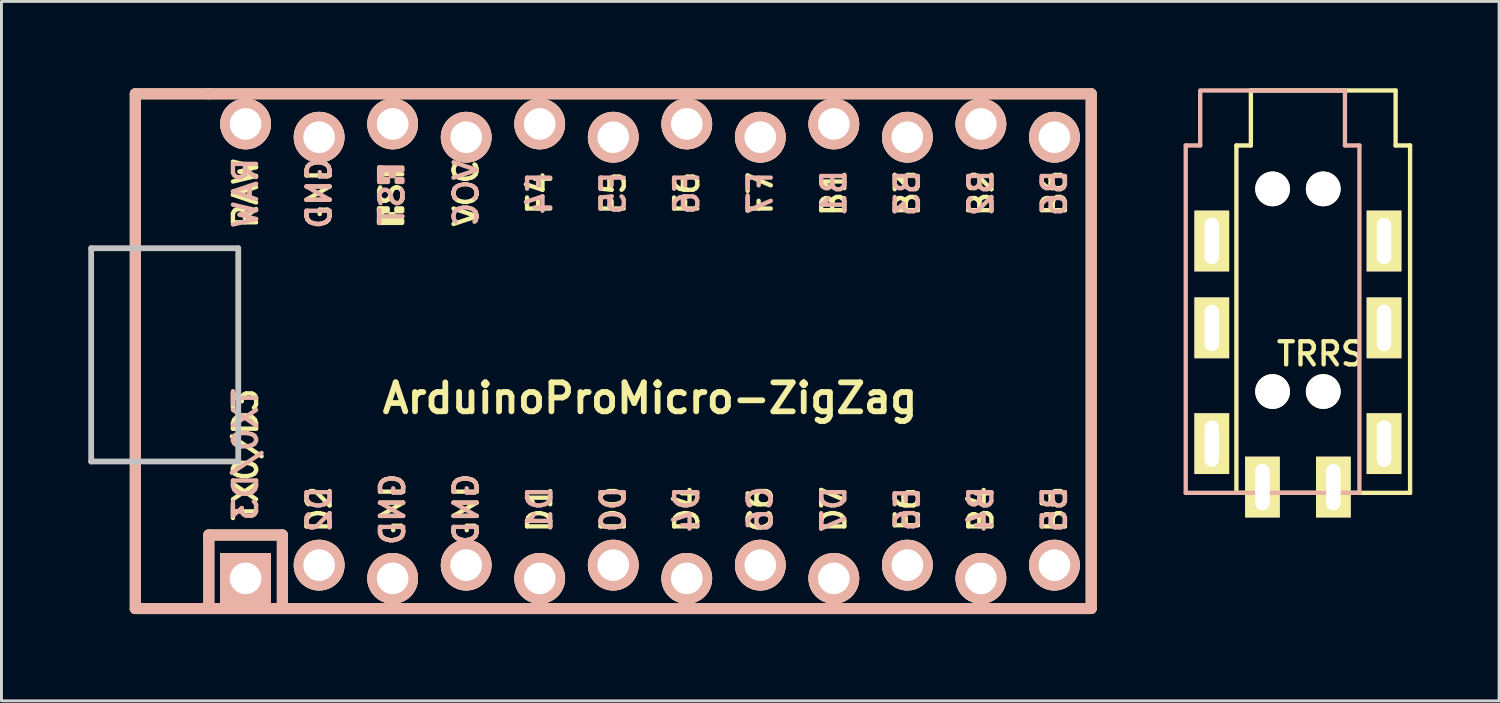
<source format=kicad_pcb>
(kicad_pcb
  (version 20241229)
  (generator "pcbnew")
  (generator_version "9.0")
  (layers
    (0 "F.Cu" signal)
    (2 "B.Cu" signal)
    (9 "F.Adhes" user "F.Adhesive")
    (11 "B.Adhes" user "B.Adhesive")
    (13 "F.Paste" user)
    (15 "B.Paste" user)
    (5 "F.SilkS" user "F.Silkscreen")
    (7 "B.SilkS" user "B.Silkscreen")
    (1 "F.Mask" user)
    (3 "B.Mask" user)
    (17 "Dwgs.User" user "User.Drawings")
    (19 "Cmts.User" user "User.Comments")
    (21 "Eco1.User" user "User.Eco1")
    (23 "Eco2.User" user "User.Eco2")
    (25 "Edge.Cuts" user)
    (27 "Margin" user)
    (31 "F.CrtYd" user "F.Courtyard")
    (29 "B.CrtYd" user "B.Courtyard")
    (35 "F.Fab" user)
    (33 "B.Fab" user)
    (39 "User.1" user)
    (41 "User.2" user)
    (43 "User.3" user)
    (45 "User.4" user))
  (footprint "ArduinoProMicro-ZigZag"
    (layer "F.Cu")
    (at 19.404 9.081)
    (property "Reference" "ArduinoProMicro-ZigZag" (at 0 1.625 0) (layer "F.SilkS") (effects (font (size 1 1) (thickness 0.2))))
    (attr through_hole)
    (fp_line (start -17.78 -8.89) (end -17.78 8.89) (stroke (width 0.381) (type solid)) (layer "F.SilkS"))
    (fp_line (start -17.78 8.89) (end -15.24 8.89) (stroke (width 0.381) (type solid)) (layer "F.SilkS"))
    (fp_line (start -15.24 -8.89) (end -17.78 -8.89) (stroke (width 0.381) (type solid)) (layer "F.SilkS"))
    (fp_line (start -15.24 6.35) (end -15.24 8.89) (stroke (width 0.381) (type solid)) (layer "F.SilkS"))
    (fp_line (start -15.24 6.35) (end -12.7 6.35) (stroke (width 0.381) (type solid)) (layer "F.SilkS"))
    (fp_line (start -15.24 8.89) (end 15.24 8.89) (stroke (width 0.381) (type solid)) (layer "F.SilkS"))
    (fp_line (start -12.7 6.35) (end -12.7 8.89) (stroke (width 0.381) (type solid)) (layer "F.SilkS"))
    (fp_line (start 15.24 -8.89) (end -15.24 -8.89) (stroke (width 0.381) (type solid)) (layer "F.SilkS"))
    (fp_line (start 15.24 8.89) (end 15.24 -8.89) (stroke (width 0.381) (type solid)) (layer "F.SilkS"))
    (fp_poly (pts (xy -9.361 -4.932) (xy -9.261 -4.932) (xy -9.261 -4.432) (xy -9.361 -4.432)) (stroke (width 0.15) (type solid)) (fill yes) (layer "F.SilkS"))
    (fp_poly (pts (xy -9.361 -4.932) (xy -9.061 -4.932) (xy -9.061 -4.832) (xy -9.361 -4.832)) (stroke (width 0.15) (type solid)) (fill yes) (layer "F.SilkS"))
    (fp_poly (pts (xy -9.361 -4.532) (xy -8.561 -4.532) (xy -8.561 -4.432) (xy -9.361 -4.432)) (stroke (width 0.15) (type solid)) (fill yes) (layer "F.SilkS"))
    (fp_poly (pts (xy -8.961 -4.732) (xy -8.861 -4.732) (xy -8.861 -4.632) (xy -8.961 -4.632)) (stroke (width 0.15) (type solid)) (fill yes) (layer "F.SilkS"))
    (fp_poly (pts (xy -8.761 -4.932) (xy -8.561 -4.932) (xy -8.561 -4.832) (xy -8.761 -4.832)) (stroke (width 0.15) (type solid)) (fill yes) (layer "F.SilkS"))
    (fp_line (start -17.78 -8.89) (end -17.78 8.89) (stroke (width 0.381) (type solid)) (layer "B.SilkS"))
    (fp_line (start -17.78 8.89) (end 15.24 8.89) (stroke (width 0.381) (type solid)) (layer "B.SilkS"))
    (fp_line (start -15.24 6.35) (end -15.24 8.89) (stroke (width 0.381) (type solid)) (layer "B.SilkS"))
    (fp_line (start -15.24 6.35) (end -12.7 6.35) (stroke (width 0.381) (type solid)) (layer "B.SilkS"))
    (fp_line (start -12.7 6.35) (end -12.7 8.89) (stroke (width 0.381) (type solid)) (layer "B.SilkS"))
    (fp_line (start 15.24 -8.89) (end -17.78 -8.89) (stroke (width 0.381) (type solid)) (layer "B.SilkS"))
    (fp_line (start 15.24 8.89) (end 15.24 -8.89) (stroke (width 0.381) (type solid)) (layer "B.SilkS"))
    (fp_poly (pts (xy -9.351 -6.245) (xy -8.551 -6.245) (xy -8.551 -6.345) (xy -9.351 -6.345)) (stroke (width 0.15) (type solid)) (fill yes) (layer "B.SilkS"))
    (fp_poly (pts (xy -9.351 -5.845) (xy -9.251 -5.845) (xy -9.251 -6.345) (xy -9.351 -6.345)) (stroke (width 0.15) (type solid)) (fill yes) (layer "B.SilkS"))
    (fp_poly (pts (xy -9.351 -5.845) (xy -9.051 -5.845) (xy -9.051 -5.945) (xy -9.351 -5.945)) (stroke (width 0.15) (type solid)) (fill yes) (layer "B.SilkS"))
    (fp_poly (pts (xy -8.951 -6.045) (xy -8.851 -6.045) (xy -8.851 -6.145) (xy -8.951 -6.145)) (stroke (width 0.15) (type solid)) (fill yes) (layer "B.SilkS"))
    (fp_poly (pts (xy -8.751 -5.845) (xy -8.551 -5.845) (xy -8.551 -5.945) (xy -8.751 -5.945)) (stroke (width 0.15) (type solid)) (fill yes) (layer "B.SilkS"))
    (fp_line (start -19.304 -3.556) (end -14.224 -3.556) (stroke (width 0.2) (type solid)) (layer "Dwgs.User"))
    (fp_line (start -19.304 3.81) (end -19.304 -3.556) (stroke (width 0.2) (type solid)) (layer "Dwgs.User"))
    (fp_line (start -14.224 -3.556) (end -14.224 3.81) (stroke (width 0.2) (type solid)) (layer "Dwgs.User"))
    (fp_line (start -14.224 3.81) (end -19.304 3.81) (stroke (width 0.2) (type solid)) (layer "Dwgs.User"))
    (fp_text user "F6" (at 1.27 -5.461 90) (layer "F.SilkS") (effects (font (size 0.8 0.8) (thickness 0.15))))
    (fp_text user "D1" (at -3.81 5.461 90) (layer "F.SilkS") (effects (font (size 0.8 0.8) (thickness 0.15))))
    (fp_text user "B1" (at 6.35 -5.461 90) (layer "F.SilkS") (effects (font (size 0.8 0.8) (thickness 0.15))))
    (fp_text user "B5" (at 13.97 5.461 90) (layer "F.SilkS") (effects (font (size 0.8 0.8) (thickness 0.15))))
    (fp_text user "F7" (at 3.81 -5.461 90) (layer "F.SilkS") (effects (font (size 0.8 0.8) (thickness 0.15))))
    (fp_text user "D0" (at -1.27 5.461 90) (layer "F.SilkS") (effects (font (size 0.8 0.8) (thickness 0.15))))
    (fp_text user "TX0/D3" (at -13.97 3.572 90) (layer "F.SilkS") (effects (font (size 0.8 0.8) (thickness 0.15))))
    (fp_text user "GND" (at -11.43 -5.461 90) (layer "F.SilkS") (effects (font (size 0.8 0.8) (thickness 0.15))))
    (fp_text user "E6" (at 8.89 5.461 90) (layer "F.SilkS") (effects (font (size 0.8 0.8) (thickness 0.15))))
    (fp_text user "GND" (at -8.89 5.461 90) (layer "F.SilkS") (effects (font (size 0.8 0.8) (thickness 0.15))))
    (fp_text user "B3" (at 8.89 -5.461 90) (layer "F.SilkS") (effects (font (size 0.8 0.8) (thickness 0.15))))
    (fp_text user "C6" (at 3.81 5.461 90) (layer "F.SilkS") (effects (font (size 0.8 0.8) (thickness 0.15))))
    (fp_text user "F5" (at -1.27 -5.461 90) (layer "F.SilkS") (effects (font (size 0.8 0.8) (thickness 0.15))))
    (fp_text user "RAW" (at -13.97 -5.461 90) (layer "F.SilkS") (effects (font (size 0.8 0.8) (thickness 0.15))))
    (fp_text user "D7" (at 6.35 5.461 90) (layer "F.SilkS") (effects (font (size 0.8 0.8) (thickness 0.15))))
    (fp_text user "F4" (at -3.81 -5.461 90) (layer "F.SilkS") (effects (font (size 0.8 0.8) (thickness 0.15))))
    (fp_text user "D4" (at 1.27 5.461 90) (layer "F.SilkS") (effects (font (size 0.8 0.8) (thickness 0.15))))
    (fp_text user "B2" (at 11.43 -5.461 90) (layer "F.SilkS") (effects (font (size 0.8 0.8) (thickness 0.15))))
    (fp_text user "GND" (at -6.35 5.461 90) (layer "F.SilkS") (effects (font (size 0.8 0.8) (thickness 0.15))))
    (fp_text user "ST" (at -8.92 -5.733 90) (layer "F.SilkS") (effects (font (size 0.8 0.8) (thickness 0.15))))
    (fp_text user "B6" (at 13.97 -5.461 90) (layer "F.SilkS") (effects (font (size 0.8 0.8) (thickness 0.15))))
    (fp_text user "D2" (at -11.43 5.461 90) (layer "F.SilkS") (effects (font (size 0.8 0.8) (thickness 0.15))))
    (fp_text user "B4" (at 11.43 5.461 90) (layer "F.SilkS") (effects (font (size 0.8 0.8) (thickness 0.15))))
    (fp_text user "VCC" (at -6.35 -5.461 90) (layer "F.SilkS") (effects (font (size 0.8 0.8) (thickness 0.15))))
    (fp_text user "F7" (at 3.81 -5.461 90) (layer "B.SilkS") (effects (font (size 0.8 0.8) (thickness 0.15)) (justify mirror)))
    (fp_text user "D7" (at 6.35 5.461 90) (layer "B.SilkS") (effects (font (size 0.8 0.8) (thickness 0.15)) (justify mirror)))
    (fp_text user "D2" (at -11.43 5.461 90) (layer "B.SilkS") (effects (font (size 0.8 0.8) (thickness 0.15)) (justify mirror)))
    (fp_text user "F5" (at -1.27 -5.461 90) (layer "B.SilkS") (effects (font (size 0.8 0.8) (thickness 0.15)) (justify mirror)))
    (fp_text user "GND" (at -6.35 5.461 90) (layer "B.SilkS") (effects (font (size 0.8 0.8) (thickness 0.15)) (justify mirror)))
    (fp_text user "B4" (at 11.43 5.461 90) (layer "B.SilkS") (effects (font (size 0.8 0.8) (thickness 0.15)) (justify mirror)))
    (fp_text user "GND" (at -8.89 5.461 90) (layer "B.SilkS") (effects (font (size 0.8 0.8) (thickness 0.15)) (justify mirror)))
    (fp_text user "F6" (at 1.27 -5.461 90) (layer "B.SilkS") (effects (font (size 0.8 0.8) (thickness 0.15)) (justify mirror)))
    (fp_text user "B5" (at 13.97 5.461 90) (layer "B.SilkS") (effects (font (size 0.8 0.8) (thickness 0.15)) (justify mirror)))
    (fp_text user "E6" (at 8.89 5.461 90) (layer "B.SilkS") (effects (font (size 0.8 0.8) (thickness 0.15)) (justify mirror)))
    (fp_text user "F4" (at -3.81 -5.461 90) (layer "B.SilkS") (effects (font (size 0.8 0.8) (thickness 0.15)) (justify mirror)))
    (fp_text user "GND" (at -11.43 -5.461 90) (layer "B.SilkS") (effects (font (size 0.8 0.8) (thickness 0.15)) (justify mirror)))
    (fp_text user "RAW" (at -13.97 -5.461 90) (layer "B.SilkS") (effects (font (size 0.8 0.8) (thickness 0.15)) (justify mirror)))
    (fp_text user "B2" (at 11.43 -5.461 90) (layer "B.SilkS") (effects (font (size 0.8 0.8) (thickness 0.15)) (justify mirror)))
    (fp_text user "D1" (at -3.81 5.461 90) (layer "B.SilkS") (effects (font (size 0.8 0.8) (thickness 0.15)) (justify mirror)))
    (fp_text user "VCC" (at -6.35 -5.461 90) (layer "B.SilkS") (effects (font (size 0.8 0.8) (thickness 0.15)) (justify mirror)))
    (fp_text user "D0" (at -1.27 5.461 90) (layer "B.SilkS") (effects (font (size 0.8 0.8) (thickness 0.15)) (justify mirror)))
    (fp_text user "TX0/D3" (at -13.97 3.572 90) (layer "B.SilkS") (effects (font (size 0.8 0.8) (thickness 0.15)) (justify mirror)))
    (fp_text user "D4" (at 1.27 5.461 90) (layer "B.SilkS") (effects (font (size 0.8 0.8) (thickness 0.15)) (justify mirror)))
    (fp_text user "B3" (at 8.89 -5.461 90) (layer "B.SilkS") (effects (font (size 0.8 0.8) (thickness 0.15)) (justify mirror)))
    (fp_text user "B1" (at 6.35 -5.461 90) (layer "B.SilkS") (effects (font (size 0.8 0.8) (thickness 0.15)) (justify mirror)))
    (fp_text user "B6" (at 13.97 -5.461 90) (layer "B.SilkS") (effects (font (size 0.8 0.8) (thickness 0.15)) (justify mirror)))
    (fp_text user "C6" (at 3.81 5.461 90) (layer "B.SilkS") (effects (font (size 0.8 0.8) (thickness 0.15)) (justify mirror)))
    (fp_text user "ST" (at -8.91 -5.04 90) (layer "B.SilkS") (effects (font (size 0.8 0.8) (thickness 0.15)) (justify mirror)))
    (pad "1" thru_hole rect (at -13.97 7.849) (size 1.753 1.753) (drill 1.092) (layers "*.Cu" "*.SilkS" "*.Mask"))
    (pad "2" thru_hole circle (at -11.43 7.391) (size 1.753 1.753) (drill 1.092) (layers "*.Cu" "*.SilkS" "*.Mask"))
    (pad "3" thru_hole circle (at -8.89 7.849) (size 1.753 1.753) (drill 1.092) (layers "*.Cu" "*.SilkS" "*.Mask"))
    (pad "4" thru_hole circle (at -6.35 7.391) (size 1.753 1.753) (drill 1.092) (layers "*.Cu" "*.SilkS" "*.Mask"))
    (pad "5" thru_hole circle (at -3.81 7.849) (size 1.753 1.753) (drill 1.092) (layers "*.Cu" "*.SilkS" "*.Mask"))
    (pad "6" thru_hole circle (at -1.27 7.391) (size 1.753 1.753) (drill 1.092) (layers "*.Cu" "*.SilkS" "*.Mask"))
    (pad "7" thru_hole circle (at 1.27 7.849) (size 1.753 1.753) (drill 1.092) (layers "*.Cu" "*.SilkS" "*.Mask"))
    (pad "8" thru_hole circle (at 3.81 7.391) (size 1.753 1.753) (drill 1.092) (layers "*.Cu" "*.SilkS" "*.Mask"))
    (pad "9" thru_hole circle (at 6.35 7.849) (size 1.753 1.753) (drill 1.092) (layers "*.Cu" "*.SilkS" "*.Mask"))
    (pad "10" thru_hole circle (at 8.89 7.391) (size 1.753 1.753) (drill 1.092) (layers "*.Cu" "*.SilkS" "*.Mask"))
    (pad "11" thru_hole circle (at 11.43 7.849) (size 1.753 1.753) (drill 1.092) (layers "*.Cu" "*.SilkS" "*.Mask"))
    (pad "12" thru_hole circle (at 13.97 7.391) (size 1.753 1.753) (drill 1.092) (layers "*.Cu" "*.SilkS" "*.Mask"))
    (pad "13" thru_hole circle (at 13.97 -7.391) (size 1.753 1.753) (drill 1.092) (layers "*.Cu" "*.SilkS" "*.Mask"))
    (pad "14" thru_hole circle (at 11.43 -7.849) (size 1.753 1.753) (drill 1.092) (layers "*.Cu" "*.SilkS" "*.Mask"))
    (pad "15" thru_hole circle (at 8.89 -7.391) (size 1.753 1.753) (drill 1.092) (layers "*.Cu" "*.SilkS" "*.Mask"))
    (pad "16" thru_hole circle (at 6.35 -7.849) (size 1.753 1.753) (drill 1.092) (layers "*.Cu" "*.SilkS" "*.Mask"))
    (pad "17" thru_hole circle (at 3.81 -7.391) (size 1.753 1.753) (drill 1.092) (layers "*.Cu" "*.SilkS" "*.Mask"))
    (pad "18" thru_hole circle (at 1.27 -7.849) (size 1.753 1.753) (drill 1.092) (layers "*.Cu" "*.SilkS" "*.Mask"))
    (pad "19" thru_hole circle (at -1.27 -7.391) (size 1.753 1.753) (drill 1.092) (layers "*.Cu" "*.SilkS" "*.Mask"))
    (pad "20" thru_hole circle (at -3.81 -7.849) (size 1.753 1.753) (drill 1.092) (layers "*.Cu" "*.SilkS" "*.Mask"))
    (pad "21" thru_hole circle (at -6.35 -7.391) (size 1.753 1.753) (drill 1.092) (layers "*.Cu" "*.SilkS" "*.Mask"))
    (pad "22" thru_hole circle (at -8.89 -7.849) (size 1.753 1.753) (drill 1.092) (layers "*.Cu" "*.SilkS" "*.Mask"))
    (pad "23" thru_hole circle (at -11.43 -7.391) (size 1.753 1.753) (drill 1.092) (layers "*.Cu" "*.SilkS" "*.Mask"))
    (pad "24" thru_hole circle (at -13.97 -7.849) (size 1.753 1.753) (drill 1.092) (layers "*.Cu" "*.SilkS" "*.Mask")))
  (footprint "TRRS"
    (layer "F.Cu")
    (at 42.66 1.975)
    (property "Reference" "TRRS" (at -0.1 7.2 0) (layer "F.SilkS") (effects (font (size 0.8 0.8) (thickness 0.15))))
    (attr through_hole)
    (fp_line (start -3 0) (end -2.5 0) (stroke (width 0.15) (type solid)) (layer "F.SilkS"))
    (fp_line (start -3 12) (end -3 0) (stroke (width 0.15) (type solid)) (layer "F.SilkS"))
    (fp_line (start -2.5 -1.9) (end 2.5 -1.9) (stroke (width 0.15) (type solid)) (layer "F.SilkS"))
    (fp_line (start -2.5 0) (end -2.5 -1.9) (stroke (width 0.15) (type solid)) (layer "F.SilkS"))
    (fp_line (start 2.5 0) (end 2.5 -1.9) (stroke (width 0.15) (type solid)) (layer "F.SilkS"))
    (fp_line (start 3 0) (end 2.5 0) (stroke (width 0.15) (type solid)) (layer "F.SilkS"))
    (fp_line (start 3 0) (end 3 12) (stroke (width 0.15) (type solid)) (layer "F.SilkS"))
    (fp_line (start 3 12) (end -3 12) (stroke (width 0.15) (type solid)) (layer "F.SilkS"))
    (fp_line (start -4.75 0) (end -4.25 0) (stroke (width 0.15) (type solid)) (layer "B.SilkS"))
    (fp_line (start -4.75 12) (end -4.75 0) (stroke (width 0.15) (type solid)) (layer "B.SilkS"))
    (fp_line (start -4.25 0) (end -4.25 -1.9) (stroke (width 0.15) (type solid)) (layer "B.SilkS"))
    (fp_line (start -4.2 -1.9) (end 0.75 -1.9) (stroke (width 0.15) (type solid)) (layer "B.SilkS"))
    (fp_line (start 0.75 0) (end 0.75 -1.9) (stroke (width 0.15) (type solid)) (layer "B.SilkS"))
    (fp_line (start 1.25 0) (end 0.75 0) (stroke (width 0.15) (type solid)) (layer "B.SilkS"))
    (fp_line (start 1.25 0) (end 1.25 12) (stroke (width 0.15) (type solid)) (layer "B.SilkS"))
    (fp_line (start 1.25 12) (end -4.75 12) (stroke (width 0.15) (type solid)) (layer "B.SilkS"))
    (pad "" np_thru_hole circle (at -1.75 1.5) (size 1.2 1.2) (drill 1.2) (layers "*.Cu" "*.Mask" "F.SilkS"))
    (pad "" np_thru_hole circle (at -1.75 8.5) (size 1.2 1.2) (drill 1.2) (layers "*.Cu" "*.Mask" "F.SilkS"))
    (pad "" np_thru_hole circle (at 0 1.5) (size 1.2 1.2) (drill 1.2) (layers "*.Cu" "*.Mask" "F.SilkS"))
    (pad "" np_thru_hole circle (at 0 8.5) (size 1.2 1.2) (drill 1.2) (layers "*.Cu" "*.Mask" "F.SilkS"))
    (pad "1" thru_hole rect (at -3.85 10.3) (size 1.2 2.1) (drill oval 0.5 1.6) (layers "*.Cu" "*.Mask" "F.SilkS"))
    (pad "1" thru_hole rect (at 2.1 10.3) (size 1.2 2.1) (drill oval 0.5 1.6) (layers "*.Cu" "*.Mask" "F.SilkS"))
    (pad "2" thru_hole rect (at -3.85 6.3) (size 1.2 2.1) (drill oval 0.5 1.6) (layers "*.Cu" "*.Mask" "F.SilkS"))
    (pad "2" thru_hole rect (at 2.1 6.3) (size 1.2 2.1) (drill oval 0.5 1.6) (layers "*.Cu" "*.Mask" "F.SilkS"))
    (pad "3" thru_hole rect (at -3.85 3.3) (size 1.2 2.1) (drill oval 0.5 1.6) (layers "*.Cu" "*.Mask" "F.SilkS"))
    (pad "3" thru_hole rect (at 2.1 3.3) (size 1.2 2.1) (drill oval 0.5 1.6) (layers "*.Cu" "*.Mask" "F.SilkS"))
    (pad "4" thru_hole rect (at -2.1 11.8) (size 1.2 2.1) (drill oval 0.5 1.6) (layers "*.Cu" "*.Mask" "F.SilkS"))
    (pad "4" thru_hole rect (at 0.35 11.8) (size 1.2 2.1) (drill oval 0.5 1.6) (layers "*.Cu" "*.Mask" "F.SilkS")))
  (gr_rect
    (start -3 -3)
    (end 48.734 21.161)
    (stroke (width 0.1) (type default))
    (fill no)
    (layer "Edge.Cuts")))
</source>
